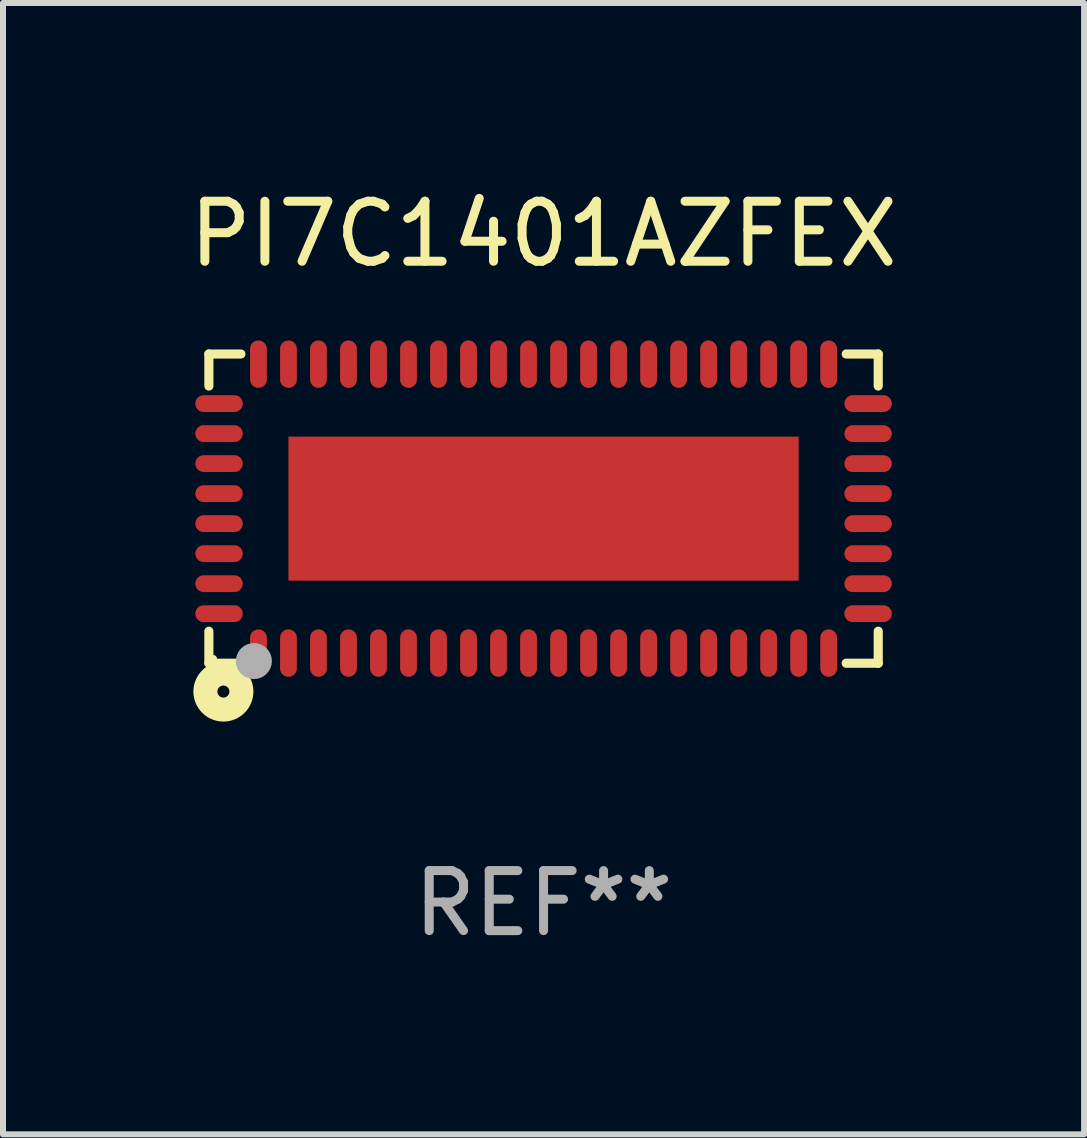
<source format=kicad_pcb>
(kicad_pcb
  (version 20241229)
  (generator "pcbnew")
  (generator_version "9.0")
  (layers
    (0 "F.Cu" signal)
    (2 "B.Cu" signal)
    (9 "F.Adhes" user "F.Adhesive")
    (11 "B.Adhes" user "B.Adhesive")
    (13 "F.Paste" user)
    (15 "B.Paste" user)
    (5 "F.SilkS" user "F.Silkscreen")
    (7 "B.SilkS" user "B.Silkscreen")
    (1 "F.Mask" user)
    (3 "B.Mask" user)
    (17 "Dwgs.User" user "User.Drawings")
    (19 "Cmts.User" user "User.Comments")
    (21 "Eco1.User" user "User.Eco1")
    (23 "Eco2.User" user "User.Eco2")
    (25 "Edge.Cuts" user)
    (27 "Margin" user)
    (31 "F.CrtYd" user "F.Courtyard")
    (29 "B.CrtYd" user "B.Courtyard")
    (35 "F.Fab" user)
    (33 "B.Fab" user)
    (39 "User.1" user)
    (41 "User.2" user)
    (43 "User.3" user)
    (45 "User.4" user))
  (footprint "PI7C1401AZFEX"
    (layer "F.Cu")
    (at 6.006 5.424)
    (property "Reference" "PI7C1401AZFEX" (at 0 -4.576 0) (layer "F.SilkS") (effects (font (size 1 1) (thickness 0.15))))
    (attr through_hole)
    (fp_line (start -5.576 -2.576) (end -5.576 -2.042) (stroke (width 0.152) (type solid)) (layer "F.SilkS"))
    (fp_line (start -5.576 2.576) (end -5.576 2.042) (stroke (width 0.152) (type solid)) (layer "F.SilkS"))
    (fp_line (start -5.042 -2.576) (end -5.576 -2.576) (stroke (width 0.152) (type solid)) (layer "F.SilkS"))
    (fp_line (start -5.042 2.576) (end -5.576 2.576) (stroke (width 0.152) (type solid)) (layer "F.SilkS"))
    (fp_line (start 5.042 -2.576) (end 5.576 -2.576) (stroke (width 0.152) (type solid)) (layer "F.SilkS"))
    (fp_line (start 5.042 2.576) (end 5.576 2.576) (stroke (width 0.152) (type solid)) (layer "F.SilkS"))
    (fp_line (start 5.576 -2.576) (end 5.576 -2.042) (stroke (width 0.152) (type solid)) (layer "F.SilkS"))
    (fp_line (start 5.576 2.576) (end 5.576 2.042) (stroke (width 0.152) (type solid)) (layer "F.SilkS"))
    (fp_circle (center -5.5 2.5) (end -5.47 2.5) (stroke (width 0.06) (type solid)) (fill no) (layer "F.SilkS"))
    (fp_circle (center -5.334 3.048) (end -5.234 3.048) (stroke (width 0.4) (type solid)) (fill no) (layer "F.SilkS"))
    (fp_circle (center -4.826 2.54) (end -4.676 2.54) (stroke (width 0.3) (type solid)) (fill no) (layer "F.Fab"))
    (fp_text user "REF**" (at 0 6.576 0) (layer "F.Fab") (effects (font (size 1 1) (thickness 0.15))))
    (pad "1" smd oval (at -4.75 2.407) (size 0.28 0.79) (layers "F.Cu" "F.Mask" "F.Paste"))
    (pad "2" smd oval (at -4.25 2.407) (size 0.28 0.79) (layers "F.Cu" "F.Mask" "F.Paste"))
    (pad "3" smd oval (at -3.75 2.407) (size 0.28 0.79) (layers "F.Cu" "F.Mask" "F.Paste"))
    (pad "4" smd oval (at -3.25 2.407) (size 0.28 0.79) (layers "F.Cu" "F.Mask" "F.Paste"))
    (pad "5" smd oval (at -2.75 2.407) (size 0.28 0.79) (layers "F.Cu" "F.Mask" "F.Paste"))
    (pad "6" smd oval (at -2.25 2.407) (size 0.28 0.79) (layers "F.Cu" "F.Mask" "F.Paste"))
    (pad "7" smd oval (at -1.75 2.407) (size 0.28 0.79) (layers "F.Cu" "F.Mask" "F.Paste"))
    (pad "8" smd oval (at -1.25 2.407) (size 0.28 0.79) (layers "F.Cu" "F.Mask" "F.Paste"))
    (pad "9" smd oval (at -0.75 2.407) (size 0.28 0.79) (layers "F.Cu" "F.Mask" "F.Paste"))
    (pad "10" smd oval (at -0.25 2.407) (size 0.28 0.79) (layers "F.Cu" "F.Mask" "F.Paste"))
    (pad "11" smd oval (at 0.25 2.407) (size 0.28 0.79) (layers "F.Cu" "F.Mask" "F.Paste"))
    (pad "12" smd oval (at 0.75 2.407) (size 0.28 0.79) (layers "F.Cu" "F.Mask" "F.Paste"))
    (pad "13" smd oval (at 1.25 2.407) (size 0.28 0.79) (layers "F.Cu" "F.Mask" "F.Paste"))
    (pad "14" smd oval (at 1.75 2.407) (size 0.28 0.79) (layers "F.Cu" "F.Mask" "F.Paste"))
    (pad "15" smd oval (at 2.25 2.407) (size 0.28 0.79) (layers "F.Cu" "F.Mask" "F.Paste"))
    (pad "16" smd oval (at 2.75 2.407) (size 0.28 0.79) (layers "F.Cu" "F.Mask" "F.Paste"))
    (pad "17" smd oval (at 3.25 2.407) (size 0.28 0.79) (layers "F.Cu" "F.Mask" "F.Paste"))
    (pad "18" smd oval (at 3.75 2.407) (size 0.28 0.79) (layers "F.Cu" "F.Mask" "F.Paste"))
    (pad "19" smd oval (at 4.25 2.407) (size 0.28 0.79) (layers "F.Cu" "F.Mask" "F.Paste"))
    (pad "20" smd oval (at 4.75 2.407) (size 0.28 0.79) (layers "F.Cu" "F.Mask" "F.Paste"))
    (pad "21" smd oval (at 5.407 1.75) (size 0.79 0.28) (layers "F.Cu" "F.Mask" "F.Paste"))
    (pad "22" smd oval (at 5.407 1.25) (size 0.79 0.28) (layers "F.Cu" "F.Mask" "F.Paste"))
    (pad "23" smd oval (at 5.407 0.75) (size 0.79 0.28) (layers "F.Cu" "F.Mask" "F.Paste"))
    (pad "24" smd oval (at 5.407 0.25) (size 0.79 0.28) (layers "F.Cu" "F.Mask" "F.Paste"))
    (pad "25" smd oval (at 5.407 -0.25) (size 0.79 0.28) (layers "F.Cu" "F.Mask" "F.Paste"))
    (pad "26" smd oval (at 5.407 -0.75) (size 0.79 0.28) (layers "F.Cu" "F.Mask" "F.Paste"))
    (pad "27" smd oval (at 5.407 -1.25) (size 0.79 0.28) (layers "F.Cu" "F.Mask" "F.Paste"))
    (pad "28" smd oval (at 5.407 -1.75) (size 0.79 0.28) (layers "F.Cu" "F.Mask" "F.Paste"))
    (pad "29" smd oval (at 4.75 -2.407) (size 0.28 0.79) (layers "F.Cu" "F.Mask" "F.Paste"))
    (pad "30" smd oval (at 4.25 -2.407) (size 0.28 0.79) (layers "F.Cu" "F.Mask" "F.Paste"))
    (pad "31" smd oval (at 3.75 -2.407) (size 0.28 0.79) (layers "F.Cu" "F.Mask" "F.Paste"))
    (pad "32" smd oval (at 3.25 -2.407) (size 0.28 0.79) (layers "F.Cu" "F.Mask" "F.Paste"))
    (pad "33" smd oval (at 2.75 -2.407) (size 0.28 0.79) (layers "F.Cu" "F.Mask" "F.Paste"))
    (pad "34" smd oval (at 2.25 -2.407) (size 0.28 0.79) (layers "F.Cu" "F.Mask" "F.Paste"))
    (pad "35" smd oval (at 1.75 -2.407) (size 0.28 0.79) (layers "F.Cu" "F.Mask" "F.Paste"))
    (pad "36" smd oval (at 1.25 -2.407) (size 0.28 0.79) (layers "F.Cu" "F.Mask" "F.Paste"))
    (pad "37" smd oval (at 0.75 -2.407) (size 0.28 0.79) (layers "F.Cu" "F.Mask" "F.Paste"))
    (pad "38" smd oval (at 0.25 -2.407) (size 0.28 0.79) (layers "F.Cu" "F.Mask" "F.Paste"))
    (pad "39" smd oval (at -0.25 -2.407) (size 0.28 0.79) (layers "F.Cu" "F.Mask" "F.Paste"))
    (pad "40" smd oval (at -0.75 -2.407) (size 0.28 0.79) (layers "F.Cu" "F.Mask" "F.Paste"))
    (pad "41" smd oval (at -1.25 -2.407) (size 0.28 0.79) (layers "F.Cu" "F.Mask" "F.Paste"))
    (pad "42" smd oval (at -1.75 -2.407) (size 0.28 0.79) (layers "F.Cu" "F.Mask" "F.Paste"))
    (pad "43" smd oval (at -2.25 -2.407) (size 0.28 0.79) (layers "F.Cu" "F.Mask" "F.Paste"))
    (pad "44" smd oval (at -2.75 -2.407) (size 0.28 0.79) (layers "F.Cu" "F.Mask" "F.Paste"))
    (pad "45" smd oval (at -3.25 -2.407) (size 0.28 0.79) (layers "F.Cu" "F.Mask" "F.Paste"))
    (pad "46" smd oval (at -3.75 -2.407) (size 0.28 0.79) (layers "F.Cu" "F.Mask" "F.Paste"))
    (pad "47" smd oval (at -4.25 -2.407) (size 0.28 0.79) (layers "F.Cu" "F.Mask" "F.Paste"))
    (pad "48" smd oval (at -4.75 -2.407) (size 0.28 0.79) (layers "F.Cu" "F.Mask" "F.Paste"))
    (pad "49" smd oval (at -5.407 -1.75) (size 0.79 0.28) (layers "F.Cu" "F.Mask" "F.Paste"))
    (pad "50" smd oval (at -5.407 -1.25) (size 0.79 0.28) (layers "F.Cu" "F.Mask" "F.Paste"))
    (pad "51" smd oval (at -5.407 -0.75) (size 0.79 0.28) (layers "F.Cu" "F.Mask" "F.Paste"))
    (pad "52" smd oval (at -5.407 -0.25) (size 0.79 0.28) (layers "F.Cu" "F.Mask" "F.Paste"))
    (pad "53" smd oval (at -5.407 0.25) (size 0.79 0.28) (layers "F.Cu" "F.Mask" "F.Paste"))
    (pad "54" smd oval (at -5.407 0.75) (size 0.79 0.28) (layers "F.Cu" "F.Mask" "F.Paste"))
    (pad "55" smd oval (at -5.407 1.25) (size 0.79 0.28) (layers "F.Cu" "F.Mask" "F.Paste"))
    (pad "56" smd oval (at -5.407 1.75) (size 0.79 0.28) (layers "F.Cu" "F.Mask" "F.Paste"))
    (pad "57" smd rect (at 0 0) (size 8.5 2.4) (layers "F.Cu" "F.Mask" "F.Paste")))
  (gr_rect
    (start -3 -3)
    (end 15.012 15.849)
    (stroke (width 0.1) (type default))
    (fill no)
    (layer "Edge.Cuts")))
</source>
